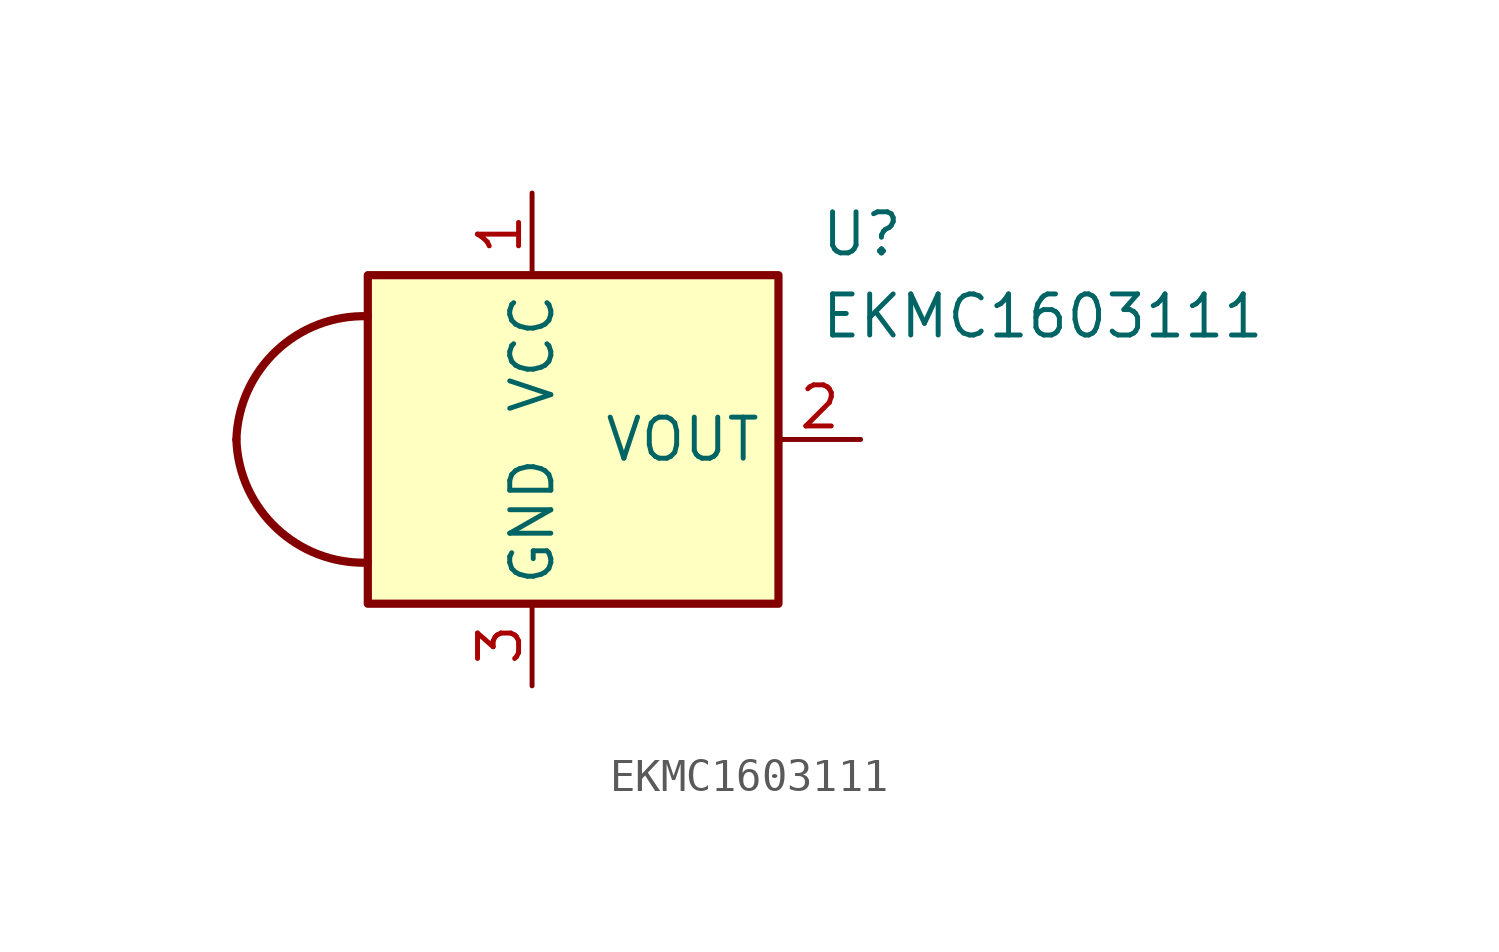
<source format=kicad_sym>
(kicad_symbol_lib
  (version 20241209)
  (generator "kicad_symbol_editor")
  (generator_version "9.0")
  (symbol "EKMC1603111"
    (property "Reference" "U"
      (at 8.89 6.35 0)
      (effects (font (size 1.27 1.27)) (justify left)))
    (property "Value" "EKMC1603111"
      (at 8.89 3.81 0)
      (effects (font (size 1.27 1.27)) (justify left)))
    (symbol "EKMC1603111_0_1"
      (arc (start -5.08 -3.81) (mid -7.9011 -2.7467) (end -9.144 0) (stroke (width 0.254) (type default)) (fill (type none)))
      (arc (start -9.144 0) (mid -7.9011 2.7467) (end -5.08 3.81) (stroke (width 0.254) (type default)) (fill (type none)))
      (rectangle (start -5.08 5.08) (end 7.62 -5.08) (stroke (width 0.254) (type default)) (fill (type background)))
      (polyline (pts (xy -5.08 -3.81) (xy -5.08 3.81)) (stroke (width 0) (type default)) (fill (type none))))
    (symbol "EKMC1603111_1_1"
      (pin power_in line (at 0 7.62 270) (length 2.54) (name "VCC" (effects (font (size 1.27 1.27)))) (number "1" (effects (font (size 1.27 1.27)))))
      (pin power_in line (at 0 -7.62 90) (length 2.54) (name "GND" (effects (font (size 1.27 1.27)))) (number "3" (effects (font (size 1.27 1.27)))))
      (pin output line (at 10.16 0 180) (length 2.54) (name "VOUT" (effects (font (size 1.27 1.27)))) (number "2" (effects (font (size 1.27 1.27))))))))
</source>
